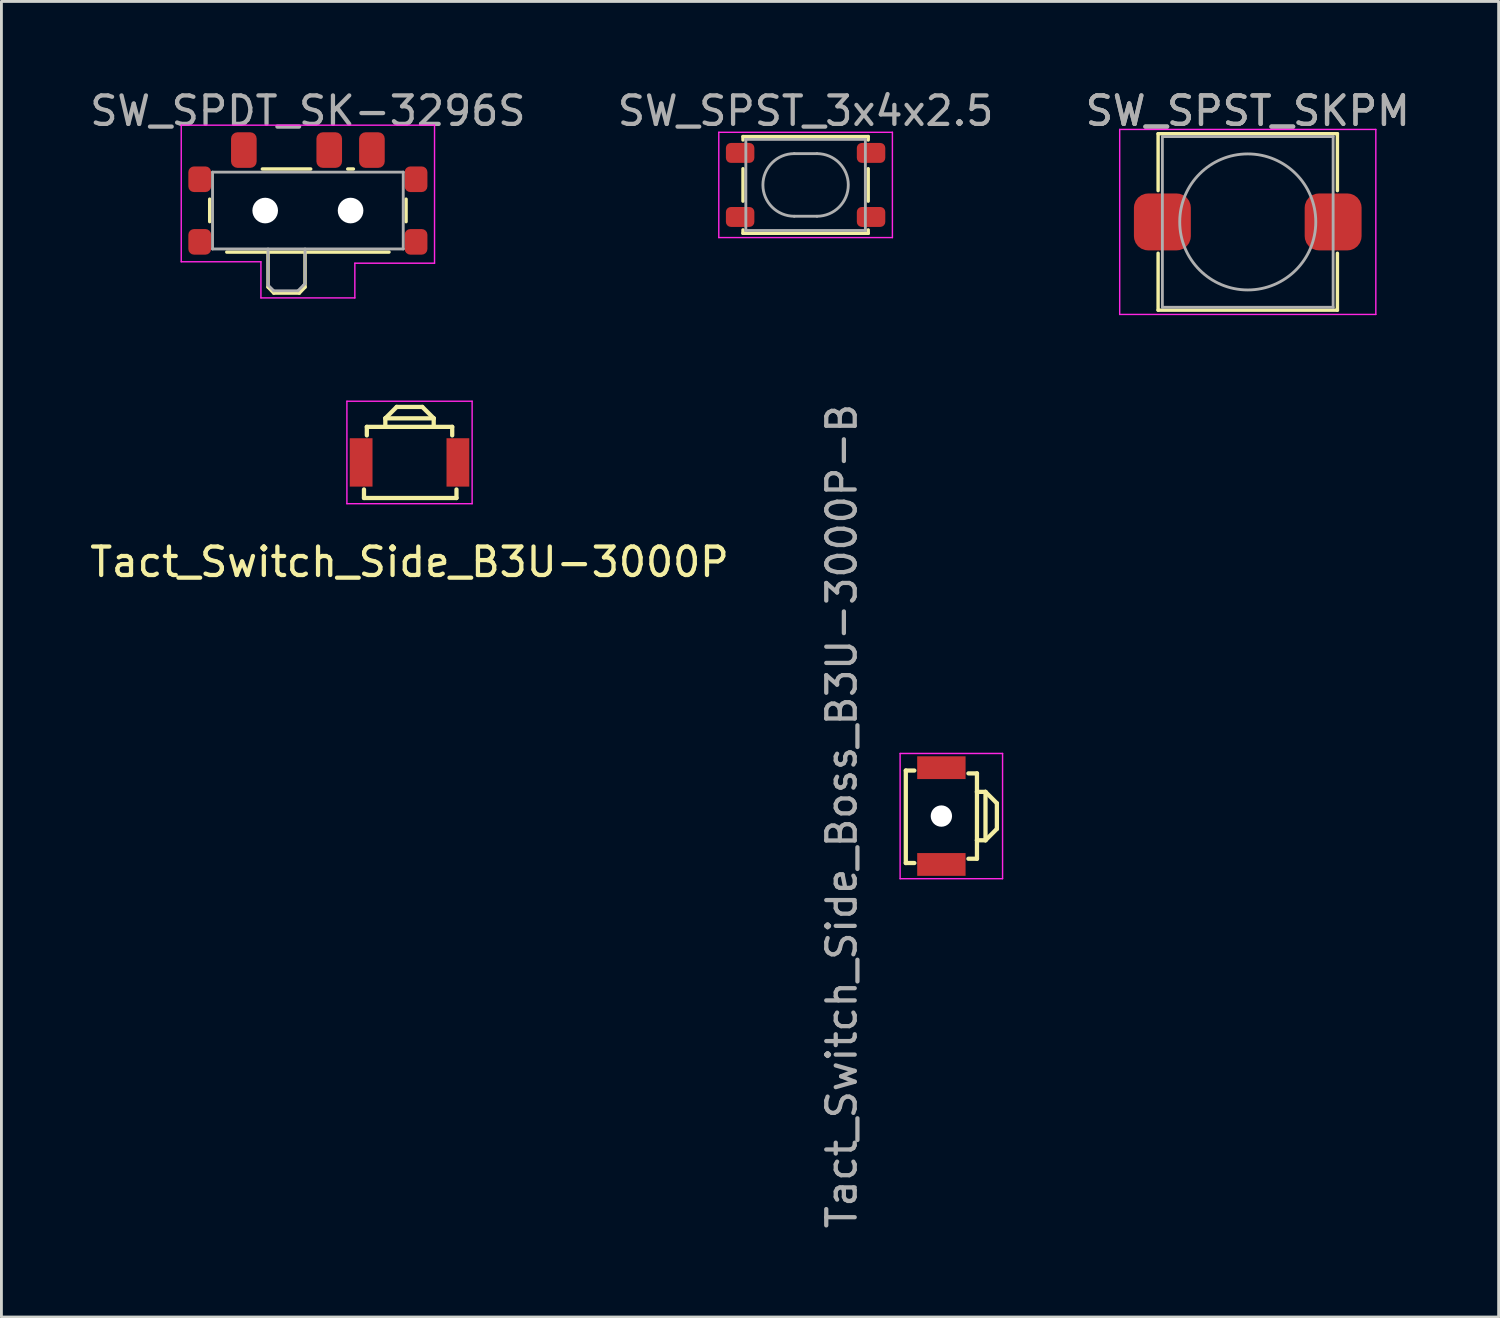
<source format=kicad_pcb>
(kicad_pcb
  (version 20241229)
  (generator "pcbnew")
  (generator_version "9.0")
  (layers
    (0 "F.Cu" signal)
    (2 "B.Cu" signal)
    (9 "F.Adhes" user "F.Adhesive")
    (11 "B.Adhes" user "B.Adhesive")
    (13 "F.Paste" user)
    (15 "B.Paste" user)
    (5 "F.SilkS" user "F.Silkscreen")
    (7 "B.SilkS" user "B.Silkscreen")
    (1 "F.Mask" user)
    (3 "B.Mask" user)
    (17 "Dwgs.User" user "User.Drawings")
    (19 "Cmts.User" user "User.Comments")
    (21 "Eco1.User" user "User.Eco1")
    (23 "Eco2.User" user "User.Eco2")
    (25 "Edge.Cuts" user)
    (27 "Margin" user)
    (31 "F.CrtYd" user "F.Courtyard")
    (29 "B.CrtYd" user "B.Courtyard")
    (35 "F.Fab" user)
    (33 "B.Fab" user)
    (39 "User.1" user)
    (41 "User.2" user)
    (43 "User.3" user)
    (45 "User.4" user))
  (footprint "SW_SPST_SKPM"
    (layer "F.Cu")
    (at 40.792 4.748)
    (property "Reference" "SW_SPST_SKPM" (at 0 -3.9 0) (layer "F.Fab") (effects (font (size 1 1) (thickness 0.15))))
    (attr smd)
    (fp_line (start -3.15 -3.1) (end 3.15 -3.1) (stroke (width 0.12) (type solid)) (layer "F.SilkS"))
    (fp_line (start -3.15 -1.1) (end -3.15 -3.1) (stroke (width 0.12) (type solid)) (layer "F.SilkS"))
    (fp_line (start -3.15 1.1) (end -3.15 3.1) (stroke (width 0.12) (type solid)) (layer "F.SilkS"))
    (fp_line (start -3.15 3.1) (end 3.15 3.1) (stroke (width 0.12) (type solid)) (layer "F.SilkS"))
    (fp_line (start 3.15 -3.1) (end 3.15 -1.1) (stroke (width 0.12) (type solid)) (layer "F.SilkS"))
    (fp_line (start 3.15 3.1) (end 3.15 1.1) (stroke (width 0.12) (type solid)) (layer "F.SilkS"))
    (fp_line (start -4.5 -3.25) (end 4.5 -3.25) (stroke (width 0.05) (type solid)) (layer "F.CrtYd"))
    (fp_line (start -4.5 3.25) (end -4.5 -3.25) (stroke (width 0.05) (type solid)) (layer "F.CrtYd"))
    (fp_line (start 4.5 -3.25) (end 4.5 3.25) (stroke (width 0.05) (type solid)) (layer "F.CrtYd"))
    (fp_line (start 4.5 3.25) (end -4.5 3.25) (stroke (width 0.05) (type solid)) (layer "F.CrtYd"))
    (fp_line (start -3 -3) (end 3 -3) (stroke (width 0.1) (type solid)) (layer "F.Fab"))
    (fp_line (start -3 3) (end -3 -3) (stroke (width 0.1) (type solid)) (layer "F.Fab"))
    (fp_line (start 3 -3) (end 3 3) (stroke (width 0.1) (type solid)) (layer "F.Fab"))
    (fp_line (start 3 3) (end -3 3) (stroke (width 0.1) (type solid)) (layer "F.Fab"))
    (fp_circle (center 0 0) (end 2.39 0) (stroke (width 0.1) (type solid)) (fill no) (layer "F.Fab"))
    (fp_text user "${REFERENCE}" (at 0 -3.9 0) (layer "F.Fab") (effects (font (size 1 1) (thickness 0.15))))
    (pad "1" smd roundrect (at -3 0) (size 2 2) (layers "F.Cu" "F.Mask" "F.Paste") (roundrect_rratio 0.25))
    (pad "2" smd roundrect (at 3 0) (size 2 2) (layers "F.Cu" "F.Mask" "F.Paste") (roundrect_rratio 0.25)))
  (footprint "SW_SPDT_SK-3296S"
    (layer "F.Cu")
    (at 7.768 4.348)
    (property "Reference" "SW_SPDT_SK-3296S" (at 0 -3.5 0) (layer "F.Fab") (effects (font (size 1 1) (thickness 0.15))))
    (attr smd)
    (fp_line (start -3.45 -0.4) (end -3.45 0.39) (stroke (width 0.12) (type solid)) (layer "F.SilkS"))
    (fp_line (start -2.85 1.46) (end 2.85 1.46) (stroke (width 0.12) (type solid)) (layer "F.SilkS"))
    (fp_line (start -1.6 -1.46) (end 0.1 -1.46) (stroke (width 0.12) (type solid)) (layer "F.SilkS"))
    (fp_line (start -1.4 1.46) (end -1.4 2.69) (stroke (width 0.12) (type solid)) (layer "F.SilkS"))
    (fp_line (start -1.4 2.69) (end -1.2 2.9) (stroke (width 0.12) (type solid)) (layer "F.SilkS"))
    (fp_line (start -1.2 2.9) (end -0.3 2.9) (stroke (width 0.12) (type solid)) (layer "F.SilkS"))
    (fp_line (start -0.1 2.69) (end -0.3 2.9) (stroke (width 0.12) (type solid)) (layer "F.SilkS"))
    (fp_line (start -0.1 2.69) (end -0.1 1.46) (stroke (width 0.12) (type solid)) (layer "F.SilkS"))
    (fp_line (start 1.4 -1.46) (end 1.6 -1.46) (stroke (width 0.12) (type solid)) (layer "F.SilkS"))
    (fp_line (start 3.45 0.39) (end 3.45 -0.4) (stroke (width 0.12) (type solid)) (layer "F.SilkS"))
    (fp_line (start -4.45 -3) (end 4.45 -3) (stroke (width 0.05) (type solid)) (layer "F.CrtYd"))
    (fp_line (start -4.45 1.8) (end -4.45 -3) (stroke (width 0.05) (type solid)) (layer "F.CrtYd"))
    (fp_line (start -1.65 1.8) (end -4.45 1.8) (stroke (width 0.05) (type solid)) (layer "F.CrtYd"))
    (fp_line (start -1.65 3.07) (end -1.65 1.8) (stroke (width 0.05) (type solid)) (layer "F.CrtYd"))
    (fp_line (start 1.65 1.85) (end 1.65 3.07) (stroke (width 0.05) (type solid)) (layer "F.CrtYd"))
    (fp_line (start 1.65 3.07) (end -1.65 3.07) (stroke (width 0.05) (type solid)) (layer "F.CrtYd"))
    (fp_line (start 4.45 -3) (end 4.45 1.85) (stroke (width 0.05) (type solid)) (layer "F.CrtYd"))
    (fp_line (start 4.45 1.85) (end 1.65 1.85) (stroke (width 0.05) (type solid)) (layer "F.CrtYd"))
    (fp_line (start -3.35 -1.35) (end -3.35 1.35) (stroke (width 0.1) (type solid)) (layer "F.Fab"))
    (fp_line (start -3.35 1.35) (end 3.35 1.35) (stroke (width 0.1) (type solid)) (layer "F.Fab"))
    (fp_line (start -1.4 1.35) (end -1.4 2.62) (stroke (width 0.1) (type solid)) (layer "F.Fab"))
    (fp_line (start -1.4 2.62) (end -1.2 2.82) (stroke (width 0.1) (type solid)) (layer "F.Fab"))
    (fp_line (start -1.2 2.82) (end -0.35 2.82) (stroke (width 0.1) (type solid)) (layer "F.Fab"))
    (fp_line (start -0.35 2.82) (end -0.15 2.62) (stroke (width 0.1) (type solid)) (layer "F.Fab"))
    (fp_line (start -0.15 2.62) (end -0.1 2.57) (stroke (width 0.1) (type solid)) (layer "F.Fab"))
    (fp_line (start -0.1 2.57) (end -0.1 1.35) (stroke (width 0.1) (type solid)) (layer "F.Fab"))
    (fp_line (start 3.35 -1.35) (end -3.35 -1.35) (stroke (width 0.1) (type solid)) (layer "F.Fab"))
    (fp_line (start 3.35 1.35) (end 3.35 -1.35) (stroke (width 0.1) (type solid)) (layer "F.Fab"))
    (pad "" smd roundrect (at -3.8 -1.1) (size 0.8 0.9) (layers "F.Cu" "F.Mask" "F.Paste") (roundrect_rratio 0.25))
    (pad "" smd roundrect (at -3.8 1.1) (size 0.8 0.9) (layers "F.Cu" "F.Mask" "F.Paste") (roundrect_rratio 0.25))
    (pad "" np_thru_hole circle (at -1.5 0) (size 0.9 0.9) (drill 0.9) (layers "*.Cu" "*.Mask"))
    (pad "" np_thru_hole circle (at 1.5 0) (size 0.9 0.9) (drill 0.9) (layers "*.Cu" "*.Mask"))
    (pad "" smd roundrect (at 3.8 -1.1) (size 0.8 0.9) (layers "F.Cu" "F.Mask" "F.Paste") (roundrect_rratio 0.25))
    (pad "" smd roundrect (at 3.8 1.1) (size 0.8 0.9) (layers "F.Cu" "F.Mask" "F.Paste") (roundrect_rratio 0.25))
    (pad "1" smd roundrect (at -2.25 -2.125) (size 0.9 1.25) (layers "F.Cu" "F.Mask" "F.Paste") (roundrect_rratio 0.25))
    (pad "2" smd roundrect (at 0.75 -2.125) (size 0.9 1.25) (layers "F.Cu" "F.Mask" "F.Paste") (roundrect_rratio 0.25))
    (pad "3" smd roundrect (at 2.25 -2.125) (size 0.9 1.25) (layers "F.Cu" "F.Mask" "F.Paste") (roundrect_rratio 0.25)))
  (footprint "SW_SPST_3x4x2.5"
    (layer "F.Cu")
    (at 25.256 3.448)
    (property "Reference" "SW_SPST_3x4x2.5" (at 0 -2.6 0) (layer "F.Fab") (effects (font (size 1 1) (thickness 0.15))))
    (attr smd)
    (fp_line (start -2.2 -1.7) (end -2.2 -1.58) (stroke (width 0.12) (type solid)) (layer "F.SilkS"))
    (fp_line (start -2.2 -0.57) (end -2.2 0.57) (stroke (width 0.12) (type solid)) (layer "F.SilkS"))
    (fp_line (start -2.2 1.58) (end -2.2 1.7) (stroke (width 0.12) (type solid)) (layer "F.SilkS"))
    (fp_line (start -2.2 1.7) (end 2.2 1.7) (stroke (width 0.12) (type solid)) (layer "F.SilkS"))
    (fp_line (start 2.2 -1.7) (end -2.2 -1.7) (stroke (width 0.12) (type solid)) (layer "F.SilkS"))
    (fp_line (start 2.2 -1.58) (end 2.2 -1.7) (stroke (width 0.12) (type solid)) (layer "F.SilkS"))
    (fp_line (start 2.2 0.57) (end 2.2 -0.57) (stroke (width 0.12) (type solid)) (layer "F.SilkS"))
    (fp_line (start 2.2 1.7) (end 2.2 1.58) (stroke (width 0.12) (type solid)) (layer "F.SilkS"))
    (fp_line (start -3.05 -1.85) (end 3.05 -1.85) (stroke (width 0.05) (type solid)) (layer "F.CrtYd"))
    (fp_line (start -3.05 1.85) (end -3.05 -1.85) (stroke (width 0.05) (type solid)) (layer "F.CrtYd"))
    (fp_line (start 3.05 -1.85) (end 3.05 1.85) (stroke (width 0.05) (type solid)) (layer "F.CrtYd"))
    (fp_line (start 3.05 1.85) (end -3.05 1.85) (stroke (width 0.05) (type solid)) (layer "F.CrtYd"))
    (fp_line (start -2.1 -1.6) (end -2.1 1.6) (stroke (width 0.1) (type solid)) (layer "F.Fab"))
    (fp_line (start -2.1 1.6) (end 2.1 1.6) (stroke (width 0.1) (type solid)) (layer "F.Fab"))
    (fp_line (start -0.4 -1.1) (end 0.4 -1.1) (stroke (width 0.1) (type solid)) (layer "F.Fab"))
    (fp_line (start 0.4 1.1) (end -0.4 1.1) (stroke (width 0.1) (type solid)) (layer "F.Fab"))
    (fp_line (start 2.1 -1.6) (end -2.1 -1.6) (stroke (width 0.1) (type solid)) (layer "F.Fab"))
    (fp_line (start 2.1 1.6) (end 2.1 -1.6) (stroke (width 0.1) (type solid)) (layer "F.Fab"))
    (fp_arc (start -0.4 1.1) (mid -1.5 0) (end -0.4 -1.1) (stroke (width 0.1) (type solid)) (layer "F.Fab"))
    (fp_arc (start 0.4 -1.1) (mid 1.5 0) (end 0.4 1.1) (stroke (width 0.1) (type solid)) (layer "F.Fab"))
    (pad "1" smd roundrect (at -2.3 -1.125) (size 1 0.7) (layers "F.Cu" "F.Mask" "F.Paste") (roundrect_rratio 0.25))
    (pad "1" smd roundrect (at 2.3 -1.125) (size 1 0.7) (layers "F.Cu" "F.Mask" "F.Paste") (roundrect_rratio 0.25))
    (pad "2" smd roundrect (at -2.3 1.125) (size 1 0.7) (layers "F.Cu" "F.Mask" "F.Paste") (roundrect_rratio 0.25))
    (pad "2" smd roundrect (at 2.3 1.125) (size 1 0.7) (layers "F.Cu" "F.Mask" "F.Paste") (roundrect_rratio 0.25)))
  (footprint "Tact_Switch_Side_Boss_B3U-3000P-B"
    (layer "F.Cu")
    (at 30.027 25.624)
    (property "Reference" "Tact_Switch_Side_Boss_B3U-3000P-B" (at -3.5 0 270) (layer "F.Fab") (effects (font (size 1 1) (thickness 0.15))))
    (attr through_hole)
    (fp_line (start -1.25 -1.6) (end -1.25 1.65) (stroke (width 0.15) (type solid)) (layer "F.SilkS"))
    (fp_line (start -1.25 -1.6) (end -0.95 -1.6) (stroke (width 0.15) (type solid)) (layer "F.SilkS"))
    (fp_line (start -1.25 1.65) (end -0.95 1.65) (stroke (width 0.15) (type solid)) (layer "F.SilkS"))
    (fp_line (start 1.25 -1.5) (end 0.95 -1.5) (stroke (width 0.15) (type solid)) (layer "F.SilkS"))
    (fp_line (start 1.25 -1.5) (end 1.25 -0.85) (stroke (width 0.15) (type solid)) (layer "F.SilkS"))
    (fp_line (start 1.25 0.85) (end 1.25 -0.85) (stroke (width 0.15) (type solid)) (layer "F.SilkS"))
    (fp_line (start 1.25 0.85) (end 1.55 0.85) (stroke (width 0.15) (type solid)) (layer "F.SilkS"))
    (fp_line (start 1.25 1.5) (end 0.95 1.5) (stroke (width 0.15) (type solid)) (layer "F.SilkS"))
    (fp_line (start 1.25 1.5) (end 1.25 0.85) (stroke (width 0.15) (type solid)) (layer "F.SilkS"))
    (fp_line (start 1.55 -0.85) (end 1.25 -0.85) (stroke (width 0.15) (type solid)) (layer "F.SilkS"))
    (fp_line (start 1.55 -0.85) (end 1.55 0.85) (stroke (width 0.15) (type solid)) (layer "F.SilkS"))
    (fp_line (start 1.55 0.85) (end 1.95 0.45) (stroke (width 0.15) (type solid)) (layer "F.SilkS"))
    (fp_line (start 1.95 -0.45) (end 1.55 -0.85) (stroke (width 0.15) (type solid)) (layer "F.SilkS"))
    (fp_line (start 1.95 0.45) (end 1.95 -0.45) (stroke (width 0.15) (type solid)) (layer "F.SilkS"))
    (fp_line (start -1.45 -2.2) (end 2.15 -2.2) (stroke (width 0.05) (type solid)) (layer "F.CrtYd"))
    (fp_line (start -1.45 2.2) (end -1.45 -2.2) (stroke (width 0.05) (type solid)) (layer "F.CrtYd"))
    (fp_line (start 2.15 -2.2) (end 2.15 2.2) (stroke (width 0.05) (type solid)) (layer "F.CrtYd"))
    (fp_line (start 2.15 2.2) (end -1.45 2.2) (stroke (width 0.05) (type solid)) (layer "F.CrtYd"))
    (pad "" np_thru_hole circle (at 0 0 270) (size 0.75 0.75) (drill 0.75) (layers "*.Cu"))
    (pad "1" smd rect (at 0 -1.7 270) (size 0.8 1.7) (layers "F.Cu" "F.Mask" "F.Paste"))
    (pad "2" smd rect (at 0 1.7 270) (size 0.8 1.7) (layers "F.Cu" "F.Mask" "F.Paste")))
  (footprint "Tact_Switch_Side_B3U-3000P"
    (layer "F.Cu")
    (at 11.339 13.198)
    (property "Reference" "Tact_Switch_Side_B3U-3000P" (at 0 3.5 0) (layer "F.SilkS") (effects (font (size 1 1) (thickness 0.15))))
    (attr through_hole)
    (fp_line (start -1.6 1.25) (end -1.6 0.95) (stroke (width 0.15) (type solid)) (layer "F.SilkS"))
    (fp_line (start -1.6 1.25) (end 1.65 1.25) (stroke (width 0.15) (type solid)) (layer "F.SilkS"))
    (fp_line (start -1.5 -1.25) (end -1.5 -0.95) (stroke (width 0.15) (type solid)) (layer "F.SilkS"))
    (fp_line (start -1.5 -1.25) (end -0.85 -1.25) (stroke (width 0.15) (type solid)) (layer "F.SilkS"))
    (fp_line (start -0.85 -1.55) (end -0.85 -1.25) (stroke (width 0.15) (type solid)) (layer "F.SilkS"))
    (fp_line (start -0.85 -1.55) (end 0.85 -1.55) (stroke (width 0.15) (type solid)) (layer "F.SilkS"))
    (fp_line (start -0.45 -1.95) (end -0.85 -1.55) (stroke (width 0.15) (type solid)) (layer "F.SilkS"))
    (fp_line (start 0.45 -1.95) (end -0.45 -1.95) (stroke (width 0.15) (type solid)) (layer "F.SilkS"))
    (fp_line (start 0.85 -1.55) (end 0.45 -1.95) (stroke (width 0.15) (type solid)) (layer "F.SilkS"))
    (fp_line (start 0.85 -1.25) (end -0.85 -1.25) (stroke (width 0.15) (type solid)) (layer "F.SilkS"))
    (fp_line (start 0.85 -1.25) (end 0.85 -1.55) (stroke (width 0.15) (type solid)) (layer "F.SilkS"))
    (fp_line (start 1.5 -1.25) (end 0.85 -1.25) (stroke (width 0.15) (type solid)) (layer "F.SilkS"))
    (fp_line (start 1.5 -1.25) (end 1.5 -0.95) (stroke (width 0.15) (type solid)) (layer "F.SilkS"))
    (fp_line (start 1.65 1.25) (end 1.65 0.95) (stroke (width 0.15) (type solid)) (layer "F.SilkS"))
    (fp_line (start -2.2 -2.15) (end 2.2 -2.15) (stroke (width 0.05) (type solid)) (layer "F.CrtYd"))
    (fp_line (start -2.2 1.45) (end -2.2 -2.15) (stroke (width 0.05) (type solid)) (layer "F.CrtYd"))
    (fp_line (start 2.2 -2.15) (end 2.2 1.45) (stroke (width 0.05) (type solid)) (layer "F.CrtYd"))
    (fp_line (start 2.2 1.45) (end -2.2 1.45) (stroke (width 0.05) (type solid)) (layer "F.CrtYd"))
    (pad "1" smd rect (at -1.7 0) (size 0.8 1.7) (layers "F.Cu" "F.Mask" "F.Paste"))
    (pad "2" smd rect (at 1.7 0) (size 0.8 1.7) (layers "F.Cu" "F.Mask" "F.Paste")))
  (gr_rect
    (start -3 -3)
    (end 49.607 43.226)
    (stroke (width 0.1) (type default))
    (fill no)
    (layer "Edge.Cuts")))
</source>
